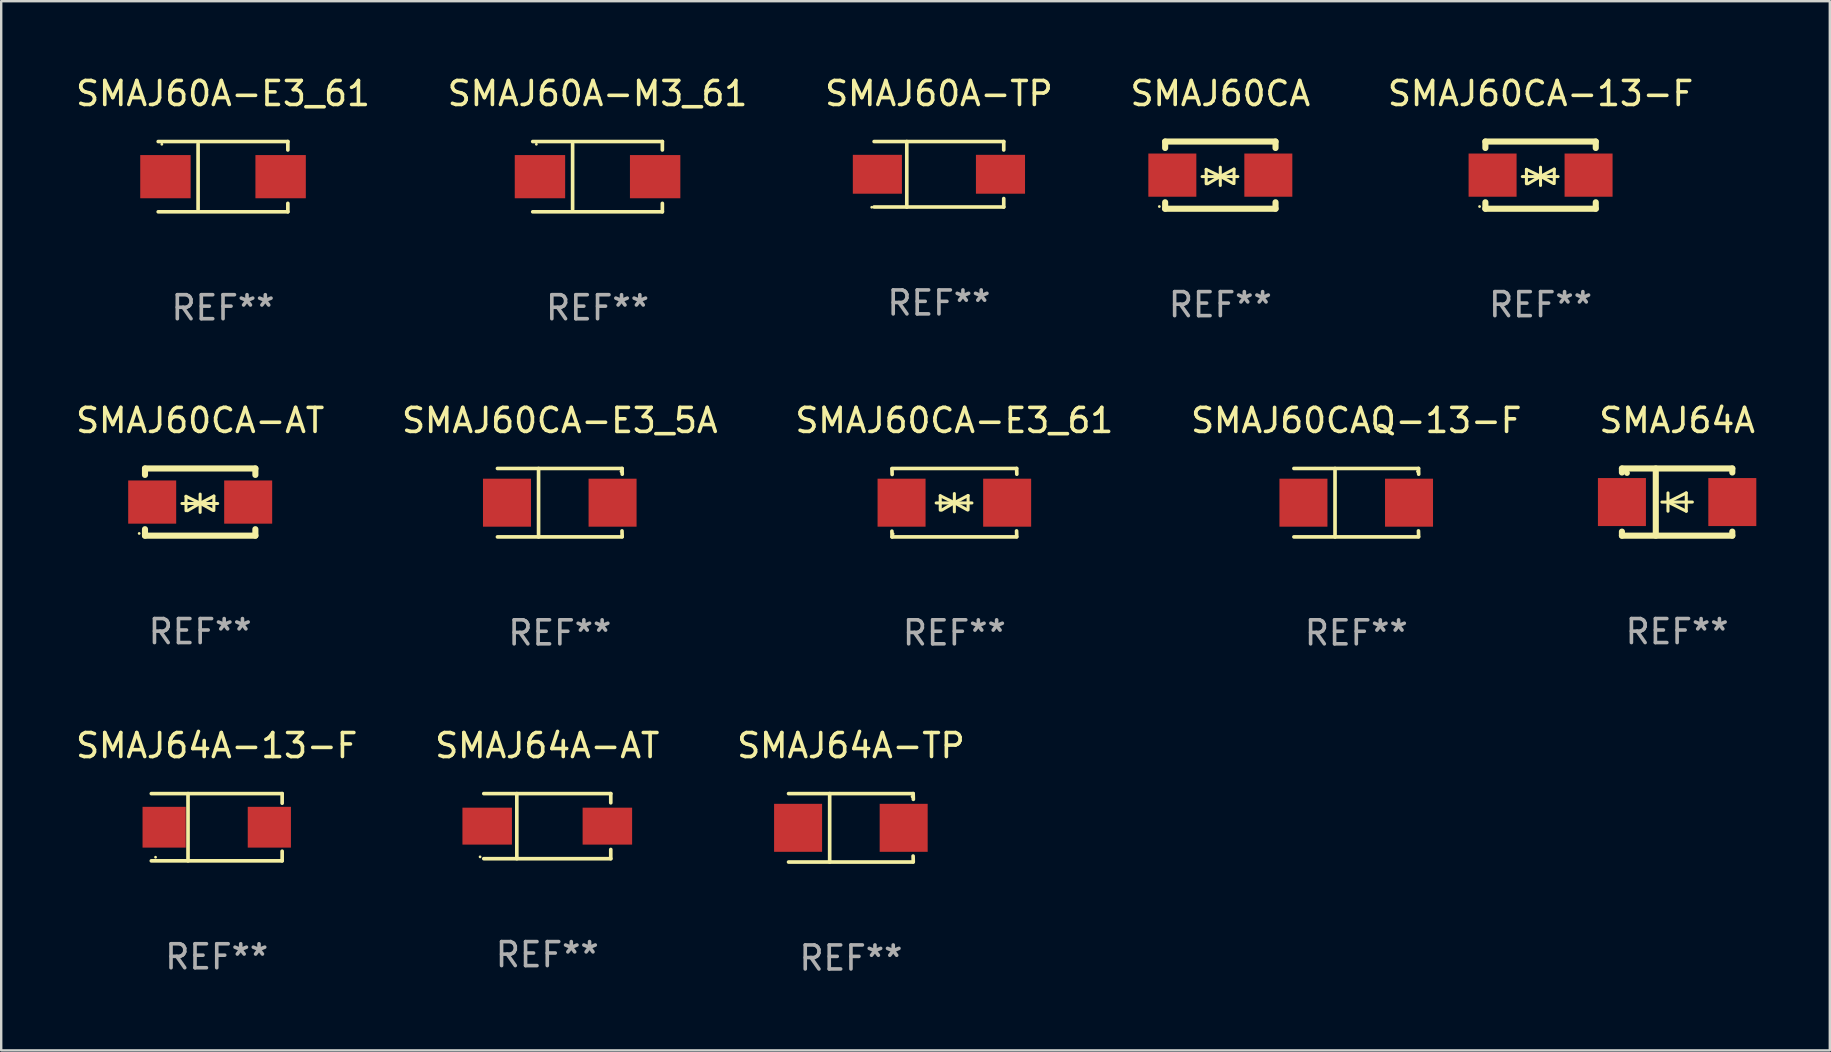
<source format=kicad_pcb>
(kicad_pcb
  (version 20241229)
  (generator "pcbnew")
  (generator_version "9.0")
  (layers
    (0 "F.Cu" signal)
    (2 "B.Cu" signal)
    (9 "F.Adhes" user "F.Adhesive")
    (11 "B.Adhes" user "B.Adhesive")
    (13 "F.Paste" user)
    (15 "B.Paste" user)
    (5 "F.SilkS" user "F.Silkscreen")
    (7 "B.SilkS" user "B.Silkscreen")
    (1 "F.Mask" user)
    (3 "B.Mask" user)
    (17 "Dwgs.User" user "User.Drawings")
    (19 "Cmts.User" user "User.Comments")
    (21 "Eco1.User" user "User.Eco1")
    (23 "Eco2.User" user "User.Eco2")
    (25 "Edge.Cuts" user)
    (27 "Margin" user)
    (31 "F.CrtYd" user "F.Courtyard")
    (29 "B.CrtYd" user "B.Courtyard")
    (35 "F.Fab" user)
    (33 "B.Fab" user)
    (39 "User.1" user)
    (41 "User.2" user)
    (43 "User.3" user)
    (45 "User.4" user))
  (footprint "SMAJ60CA-E3_5A"
    (layer "F.Cu")
    (at 20.28 17.898)
    (property "Reference" "SMAJ60CA-E3_5A" (at 0 -3.426 0) (layer "F.SilkS") (effects (font (size 1 1) (thickness 0.15))))
    (attr through_hole)
    (fp_line (start -2.6 -1.426) (end 2.593 -1.426) (stroke (width 0.152) (type solid)) (layer "F.SilkS"))
    (fp_line (start -2.6 1.426) (end 2.593 1.426) (stroke (width 0.152) (type solid)) (layer "F.SilkS"))
    (fp_line (start -0.887 -1.426) (end -0.887 1.426) (stroke (width 0.152) (type solid)) (layer "F.SilkS"))
    (fp_line (start 2.59 1.176) (end 2.597 1.415) (stroke (width 0.152) (type solid)) (layer "F.SilkS"))
    (fp_line (start 2.593 -1.426) (end 2.6 -1.187) (stroke (width 0.152) (type solid)) (layer "F.SilkS"))
    (fp_circle (center 2.547 -1.3) (end 2.577 -1.3) (stroke (width 0.06) (type solid)) (fill no) (layer "F.SilkS"))
    (fp_text user "REF**" (at 0 5.426 0) (layer "F.Fab") (effects (font (size 1 1) (thickness 0.15))))
    (pad "1" smd rect (at 2.197 -0.000025 180) (size 2 2) (layers "F.Cu" "F.Mask" "F.Paste"))
    (pad "2" smd rect (at -2.203 -0.000025 180) (size 2 2) (layers "F.Cu" "F.Mask" "F.Paste")))
  (footprint "SMAJ64A-13-F"
    (layer "F.Cu")
    (at 5.982 31.422)
    (property "Reference" "SMAJ64A-13-F" (at 0 -3.401 0) (layer "F.SilkS") (effects (font (size 1 1) (thickness 0.15))))
    (attr through_hole)
    (fp_line (start -2.726 -1.401) (end 2.726 -1.401) (stroke (width 0.152) (type solid)) (layer "F.SilkS"))
    (fp_line (start -2.726 1.401) (end 2.726 1.401) (stroke (width 0.152) (type solid)) (layer "F.SilkS"))
    (fp_line (start -1.197 -1.401) (end -1.197 1.401) (stroke (width 0.152) (type solid)) (layer "F.SilkS"))
    (fp_line (start 2.726 -1.401) (end 2.726 -1) (stroke (width 0.152) (type solid)) (layer "F.SilkS"))
    (fp_line (start 2.726 1.401) (end 2.726 1) (stroke (width 0.152) (type solid)) (layer "F.SilkS"))
    (fp_circle (center -2.55 1.25) (end -2.52 1.25) (stroke (width 0.06) (type solid)) (fill no) (layer "F.SilkS"))
    (fp_text user "REF**" (at 0 5.401 0) (layer "F.Fab") (effects (font (size 1 1) (thickness 0.15))))
    (pad "1" smd rect (at -2.192 0) (size 1.8 1.7) (layers "F.Cu" "F.Mask" "F.Paste"))
    (pad "2" smd rect (at 2.192 0) (size 1.8 1.7) (layers "F.Cu" "F.Mask" "F.Paste")))
  (footprint "SMAJ60CA-13-F"
    (layer "F.Cu")
    (at 61.149 4.248)
    (property "Reference" "SMAJ60CA-13-F" (at 0 -3.4 0) (layer "F.SilkS") (effects (font (size 1 1) (thickness 0.15))))
    (attr through_hole)
    (fp_line (start -2.3 -1.4) (end -2.3 -1.131) (stroke (width 0.254) (type solid)) (layer "F.SilkS"))
    (fp_line (start -2.3 -1.4) (end 2.3 -1.4) (stroke (width 0.254) (type solid)) (layer "F.SilkS"))
    (fp_line (start -2.3 1.131) (end -2.3 1.4) (stroke (width 0.254) (type solid)) (layer "F.SilkS"))
    (fp_line (start -2.3 1.4) (end 2.3 1.4) (stroke (width 0.254) (type solid)) (layer "F.SilkS"))
    (fp_line (start -0.76 0.06) (end 0.73 0.06) (stroke (width 0.127) (type solid)) (layer "F.SilkS"))
    (fp_line (start -0.59 -0.24) (end -0.59 0.36) (stroke (width 0.127) (type solid)) (layer "F.SilkS"))
    (fp_line (start -0.59 -0.24) (end -0.002 0.049) (stroke (width 0.127) (type solid)) (layer "F.SilkS"))
    (fp_line (start -0.53 0.36) (end -0.002 0.049) (stroke (width 0.127) (type solid)) (layer "F.SilkS"))
    (fp_line (start -0.002 0.049) (end -0.002 -0.332) (stroke (width 0.127) (type solid)) (layer "F.SilkS"))
    (fp_line (start -0.002 0.049) (end -0.002 0.43) (stroke (width 0.127) (type solid)) (layer "F.SilkS"))
    (fp_line (start 0.54 0.35) (end -0.002 0.049) (stroke (width 0.127) (type solid)) (layer "F.SilkS"))
    (fp_line (start 0.57 -0.25) (end -0.002 0.049) (stroke (width 0.127) (type solid)) (layer "F.SilkS"))
    (fp_line (start 0.57 -0.25) (end 0.57 0.35) (stroke (width 0.127) (type solid)) (layer "F.SilkS"))
    (fp_line (start 2.3 -1.4) (end 2.3 -1.131) (stroke (width 0.254) (type solid)) (layer "F.SilkS"))
    (fp_line (start 2.3 1.131) (end 2.3 1.4) (stroke (width 0.254) (type solid)) (layer "F.SilkS"))
    (fp_circle (center -2.542 1.308) (end -2.512 1.308) (stroke (width 0.06) (type solid)) (fill no) (layer "F.SilkS"))
    (fp_text user "REF**" (at 0 5.4 0) (layer "F.Fab") (effects (font (size 1 1) (thickness 0.15))))
    (pad "1" smd rect (at -2 0) (size 2 1.8) (layers "F.Cu" "F.Mask" "F.Paste"))
    (pad "2" smd rect (at 2 0) (size 2 1.8) (layers "F.Cu" "F.Mask" "F.Paste")))
  (footprint "SMAJ60A-E3_61"
    (layer "F.Cu")
    (at 6.244 4.312)
    (property "Reference" "SMAJ60A-E3_61" (at 0 -3.464 0) (layer "F.SilkS") (effects (font (size 1 1) (thickness 0.15))))
    (attr through_hole)
    (fp_line (start -2.701 -1.464) (end 2.701 -1.464) (stroke (width 0.152) (type solid)) (layer "F.SilkS"))
    (fp_line (start -2.701 1.464) (end 2.701 1.464) (stroke (width 0.152) (type solid)) (layer "F.SilkS"))
    (fp_line (start -1.039 -1.364) (end -1.039 1.364) (stroke (width 0.152) (type solid)) (layer "F.SilkS"))
    (fp_line (start 2.701 -1.464) (end 2.701 -1.113) (stroke (width 0.152) (type solid)) (layer "F.SilkS"))
    (fp_line (start 2.701 1.464) (end 2.701 1.113) (stroke (width 0.152) (type solid)) (layer "F.SilkS"))
    (fp_circle (center -2.55 -1.35) (end -2.52 -1.35) (stroke (width 0.06) (type solid)) (fill no) (layer "F.SilkS"))
    (fp_text user "REF**" (at 0 5.464 0) (layer "F.Fab") (effects (font (size 1 1) (thickness 0.15))))
    (pad "1" smd rect (at -2.4 0) (size 2.1 1.8) (layers "F.Cu" "F.Mask" "F.Paste"))
    (pad "2" smd rect (at 2.4 0) (size 2.1 1.8) (layers "F.Cu" "F.Mask" "F.Paste")))
  (footprint "SMAJ64A"
    (layer "F.Cu")
    (at 66.839 17.872)
    (property "Reference" "SMAJ64A" (at 0 -3.4 0) (layer "F.SilkS") (effects (font (size 1 1) (thickness 0.15))))
    (attr through_hole)
    (fp_line (start -2.3 -1.4) (end -2.3 -1.231) (stroke (width 0.254) (type solid)) (layer "F.SilkS"))
    (fp_line (start -2.3 -1.4) (end 2.3 -1.4) (stroke (width 0.254) (type solid)) (layer "F.SilkS"))
    (fp_line (start -2.3 1.231) (end -2.3 1.4) (stroke (width 0.254) (type solid)) (layer "F.SilkS"))
    (fp_line (start -2.3 1.4) (end 2.3 1.4) (stroke (width 0.254) (type solid)) (layer "F.SilkS"))
    (fp_line (start -0.889 1.4) (end -0.889 -1.4) (stroke (width 0.254) (type solid)) (layer "F.SilkS"))
    (fp_line (start -0.381 0) (end -0.381 -0.381) (stroke (width 0.127) (type solid)) (layer "F.SilkS"))
    (fp_line (start -0.381 0) (end -0.381 0.381) (stroke (width 0.127) (type solid)) (layer "F.SilkS"))
    (fp_line (start 0.381 -0.381) (end -0.381 0) (stroke (width 0.127) (type solid)) (layer "F.SilkS"))
    (fp_line (start 0.381 0) (end 0.381 -0.381) (stroke (width 0.127) (type solid)) (layer "F.SilkS"))
    (fp_line (start 0.381 0) (end 0.381 0.381) (stroke (width 0.127) (type solid)) (layer "F.SilkS"))
    (fp_line (start 0.381 0.381) (end -0.381 0) (stroke (width 0.127) (type solid)) (layer "F.SilkS"))
    (fp_line (start 0.635 0) (end -0.635 0) (stroke (width 0.127) (type solid)) (layer "F.SilkS"))
    (fp_line (start 2.3 -1.4) (end 2.3 -1.231) (stroke (width 0.254) (type solid)) (layer "F.SilkS"))
    (fp_line (start 2.3 1.231) (end 2.3 1.4) (stroke (width 0.254) (type solid)) (layer "F.SilkS"))
    (fp_circle (center -2.088 -1.208) (end -2.028 -1.208) (stroke (width 0.12) (type solid)) (fill no) (layer "F.SilkS"))
    (fp_text user "REF**" (at 0 5.4 0) (layer "F.Fab") (effects (font (size 1 1) (thickness 0.15))))
    (pad "1" smd rect (at -2.3 0 180) (size 2 2) (layers "F.Cu" "F.Mask" "F.Paste"))
    (pad "2" smd rect (at 2.3 0 180) (size 2 2) (layers "F.Cu" "F.Mask" "F.Paste")))
  (footprint "SMAJ60A-TP"
    (layer "F.Cu")
    (at 36.077 4.212)
    (property "Reference" "SMAJ60A-TP" (at 0 -3.364 0) (layer "F.SilkS") (effects (font (size 1 1) (thickness 0.15))))
    (attr through_hole)
    (fp_line (start -2.701 -1.364) (end 2.701 -1.364) (stroke (width 0.152) (type solid)) (layer "F.SilkS"))
    (fp_line (start -2.701 1.364) (end 2.701 1.364) (stroke (width 0.152) (type solid)) (layer "F.SilkS"))
    (fp_line (start -1.339 -1.364) (end -1.339 1.364) (stroke (width 0.152) (type solid)) (layer "F.SilkS"))
    (fp_line (start 2.701 -1.364) (end 2.701 -1.013) (stroke (width 0.152) (type solid)) (layer "F.SilkS"))
    (fp_line (start 2.701 1.364) (end 2.701 1.013) (stroke (width 0.152) (type solid)) (layer "F.SilkS"))
    (fp_circle (center -2.8 1.375) (end -2.77 1.375) (stroke (width 0.06) (type solid)) (fill no) (layer "F.SilkS"))
    (fp_text user "REF**" (at 0 5.364 0) (layer "F.Fab") (effects (font (size 1 1) (thickness 0.15))))
    (pad "1" smd rect (at -2.565 -0.000025) (size 2.046 1.62) (layers "F.Cu" "F.Mask" "F.Paste"))
    (pad "2" smd rect (at 2.565 -0.000025) (size 2.046 1.62) (layers "F.Cu" "F.Mask" "F.Paste")))
  (footprint "SMAJ60CA"
    (layer "F.Cu")
    (at 47.804 4.248)
    (property "Reference" "SMAJ60CA" (at 0 -3.4 0) (layer "F.SilkS") (effects (font (size 1 1) (thickness 0.15))))
    (attr through_hole)
    (fp_line (start -2.3 -1.4) (end -2.3 -1.131) (stroke (width 0.254) (type solid)) (layer "F.SilkS"))
    (fp_line (start -2.3 -1.4) (end 2.3 -1.4) (stroke (width 0.254) (type solid)) (layer "F.SilkS"))
    (fp_line (start -2.3 1.131) (end -2.3 1.4) (stroke (width 0.254) (type solid)) (layer "F.SilkS"))
    (fp_line (start -2.3 1.4) (end 2.3 1.4) (stroke (width 0.254) (type solid)) (layer "F.SilkS"))
    (fp_line (start -0.76 0.06) (end 0.73 0.06) (stroke (width 0.127) (type solid)) (layer "F.SilkS"))
    (fp_line (start -0.59 -0.24) (end -0.59 0.36) (stroke (width 0.127) (type solid)) (layer "F.SilkS"))
    (fp_line (start -0.59 -0.24) (end -0.002 0.049) (stroke (width 0.127) (type solid)) (layer "F.SilkS"))
    (fp_line (start -0.53 0.36) (end -0.002 0.049) (stroke (width 0.127) (type solid)) (layer "F.SilkS"))
    (fp_line (start -0.002 0.049) (end -0.002 -0.332) (stroke (width 0.127) (type solid)) (layer "F.SilkS"))
    (fp_line (start -0.002 0.049) (end -0.002 0.43) (stroke (width 0.127) (type solid)) (layer "F.SilkS"))
    (fp_line (start 0.54 0.35) (end -0.002 0.049) (stroke (width 0.127) (type solid)) (layer "F.SilkS"))
    (fp_line (start 0.57 -0.25) (end -0.002 0.049) (stroke (width 0.127) (type solid)) (layer "F.SilkS"))
    (fp_line (start 0.57 -0.25) (end 0.57 0.35) (stroke (width 0.127) (type solid)) (layer "F.SilkS"))
    (fp_line (start 2.3 -1.4) (end 2.3 -1.131) (stroke (width 0.254) (type solid)) (layer "F.SilkS"))
    (fp_line (start 2.3 1.131) (end 2.3 1.4) (stroke (width 0.254) (type solid)) (layer "F.SilkS"))
    (fp_circle (center -2.542 1.308) (end -2.512 1.308) (stroke (width 0.06) (type solid)) (fill no) (layer "F.SilkS"))
    (fp_text user "REF**" (at 0 5.4 0) (layer "F.Fab") (effects (font (size 1 1) (thickness 0.15))))
    (pad "1" smd rect (at -2 0) (size 2 1.8) (layers "F.Cu" "F.Mask" "F.Paste"))
    (pad "2" smd rect (at 2 0) (size 2 1.8) (layers "F.Cu" "F.Mask" "F.Paste")))
  (footprint "SMAJ60CA-E3_61"
    (layer "F.Cu")
    (at 36.72 17.898)
    (property "Reference" "SMAJ60CA-E3_61" (at 0 -3.426 0) (layer "F.SilkS") (effects (font (size 1 1) (thickness 0.15))))
    (attr through_hole)
    (fp_line (start -2.596 -1.426) (end 2.596 -1.426) (stroke (width 0.152) (type solid)) (layer "F.SilkS"))
    (fp_line (start -2.596 1.426) (end -2.603 1.187) (stroke (width 0.152) (type solid)) (layer "F.SilkS"))
    (fp_line (start -2.596 1.426) (end 2.596 1.426) (stroke (width 0.152) (type solid)) (layer "F.SilkS"))
    (fp_line (start -2.593 -1.176) (end -2.6 -1.415) (stroke (width 0.152) (type solid)) (layer "F.SilkS"))
    (fp_line (start -0.758 0.011) (end 0.732 0.011) (stroke (width 0.127) (type solid)) (layer "F.SilkS"))
    (fp_line (start -0.588 -0.289) (end -0.588 0.311) (stroke (width 0.127) (type solid)) (layer "F.SilkS"))
    (fp_line (start -0.588 -0.289) (end 0 0) (stroke (width 0.127) (type solid)) (layer "F.SilkS"))
    (fp_line (start -0.528 0.311) (end 0 0) (stroke (width 0.127) (type solid)) (layer "F.SilkS"))
    (fp_line (start 0 0) (end 0 -0.381) (stroke (width 0.127) (type solid)) (layer "F.SilkS"))
    (fp_line (start 0 0) (end 0 0.381) (stroke (width 0.127) (type solid)) (layer "F.SilkS"))
    (fp_line (start 0.542 0.301) (end 0 0) (stroke (width 0.127) (type solid)) (layer "F.SilkS"))
    (fp_line (start 0.572 -0.299) (end 0 0) (stroke (width 0.127) (type solid)) (layer "F.SilkS"))
    (fp_line (start 0.572 -0.299) (end 0.572 0.301) (stroke (width 0.127) (type solid)) (layer "F.SilkS"))
    (fp_line (start 2.593 1.176) (end 2.6 1.415) (stroke (width 0.152) (type solid)) (layer "F.SilkS"))
    (fp_line (start 2.596 -1.426) (end 2.603 -1.187) (stroke (width 0.152) (type solid)) (layer "F.SilkS"))
    (fp_circle (center -2.55 1.3) (end -2.52 1.3) (stroke (width 0.06) (type solid)) (fill no) (layer "F.SilkS"))
    (fp_text user "REF**" (at 0 5.426 0) (layer "F.Fab") (effects (font (size 1 1) (thickness 0.15))))
    (pad "1" smd rect (at -2.2 0 180) (size 2 2) (layers "F.Cu" "F.Mask" "F.Paste"))
    (pad "2" smd rect (at 2.2 0 180) (size 2 2) (layers "F.Cu" "F.Mask" "F.Paste")))
  (footprint "SMAJ60CA-AT"
    (layer "F.Cu")
    (at 5.292 17.872)
    (property "Reference" "SMAJ60CA-AT" (at 0 -3.4 0) (layer "F.SilkS") (effects (font (size 1 1) (thickness 0.15))))
    (attr through_hole)
    (fp_line (start -2.3 -1.4) (end -2.3 -1.131) (stroke (width 0.254) (type solid)) (layer "F.SilkS"))
    (fp_line (start -2.3 -1.4) (end 2.3 -1.4) (stroke (width 0.254) (type solid)) (layer "F.SilkS"))
    (fp_line (start -2.3 1.131) (end -2.3 1.4) (stroke (width 0.254) (type solid)) (layer "F.SilkS"))
    (fp_line (start -2.3 1.4) (end 2.3 1.4) (stroke (width 0.254) (type solid)) (layer "F.SilkS"))
    (fp_line (start -0.76 0.06) (end 0.73 0.06) (stroke (width 0.127) (type solid)) (layer "F.SilkS"))
    (fp_line (start -0.59 -0.24) (end -0.59 0.36) (stroke (width 0.127) (type solid)) (layer "F.SilkS"))
    (fp_line (start -0.59 -0.24) (end -0.002 0.049) (stroke (width 0.127) (type solid)) (layer "F.SilkS"))
    (fp_line (start -0.53 0.36) (end -0.002 0.049) (stroke (width 0.127) (type solid)) (layer "F.SilkS"))
    (fp_line (start -0.002 0.049) (end -0.002 -0.332) (stroke (width 0.127) (type solid)) (layer "F.SilkS"))
    (fp_line (start -0.002 0.049) (end -0.002 0.43) (stroke (width 0.127) (type solid)) (layer "F.SilkS"))
    (fp_line (start 0.54 0.35) (end -0.002 0.049) (stroke (width 0.127) (type solid)) (layer "F.SilkS"))
    (fp_line (start 0.57 -0.25) (end -0.002 0.049) (stroke (width 0.127) (type solid)) (layer "F.SilkS"))
    (fp_line (start 0.57 -0.25) (end 0.57 0.35) (stroke (width 0.127) (type solid)) (layer "F.SilkS"))
    (fp_line (start 2.3 -1.4) (end 2.3 -1.131) (stroke (width 0.254) (type solid)) (layer "F.SilkS"))
    (fp_line (start 2.3 1.131) (end 2.3 1.4) (stroke (width 0.254) (type solid)) (layer "F.SilkS"))
    (fp_circle (center -2.542 1.308) (end -2.512 1.308) (stroke (width 0.06) (type solid)) (fill no) (layer "F.SilkS"))
    (fp_text user "REF**" (at 0 5.4 0) (layer "F.Fab") (effects (font (size 1 1) (thickness 0.15))))
    (pad "1" smd rect (at -2 0) (size 2 1.8) (layers "F.Cu" "F.Mask" "F.Paste"))
    (pad "2" smd rect (at 2 0) (size 2 1.8) (layers "F.Cu" "F.Mask" "F.Paste")))
  (footprint "SMAJ64A-TP"
    (layer "F.Cu")
    (at 32.411 31.447)
    (property "Reference" "SMAJ64A-TP" (at 0 -3.426 0) (layer "F.SilkS") (effects (font (size 1 1) (thickness 0.15))))
    (attr through_hole)
    (fp_line (start -2.6 -1.426) (end 2.593 -1.426) (stroke (width 0.152) (type solid)) (layer "F.SilkS"))
    (fp_line (start -2.6 1.426) (end 2.593 1.426) (stroke (width 0.152) (type solid)) (layer "F.SilkS"))
    (fp_line (start -0.887 -1.426) (end -0.887 1.426) (stroke (width 0.152) (type solid)) (layer "F.SilkS"))
    (fp_line (start 2.59 1.176) (end 2.597 1.415) (stroke (width 0.152) (type solid)) (layer "F.SilkS"))
    (fp_line (start 2.593 -1.426) (end 2.6 -1.187) (stroke (width 0.152) (type solid)) (layer "F.SilkS"))
    (fp_circle (center 2.547 -1.3) (end 2.577 -1.3) (stroke (width 0.06) (type solid)) (fill no) (layer "F.SilkS"))
    (fp_text user "REF**" (at 0 5.426 0) (layer "F.Fab") (effects (font (size 1 1) (thickness 0.15))))
    (pad "1" smd rect (at 2.197 -0.000025 180) (size 2 2) (layers "F.Cu" "F.Mask" "F.Paste"))
    (pad "2" smd rect (at -2.203 -0.000025 180) (size 2 2) (layers "F.Cu" "F.Mask" "F.Paste")))
  (footprint "SMAJ60CAQ-13-F"
    (layer "F.Cu")
    (at 53.47 17.898)
    (property "Reference" "SMAJ60CAQ-13-F" (at 0 -3.426 0) (layer "F.SilkS") (effects (font (size 1 1) (thickness 0.15))))
    (attr through_hole)
    (fp_line (start -2.6 -1.426) (end 2.593 -1.426) (stroke (width 0.152) (type solid)) (layer "F.SilkS"))
    (fp_line (start -2.6 1.426) (end 2.593 1.426) (stroke (width 0.152) (type solid)) (layer "F.SilkS"))
    (fp_line (start -0.887 -1.426) (end -0.887 1.426) (stroke (width 0.152) (type solid)) (layer "F.SilkS"))
    (fp_line (start 2.59 1.176) (end 2.597 1.415) (stroke (width 0.152) (type solid)) (layer "F.SilkS"))
    (fp_line (start 2.593 -1.426) (end 2.6 -1.187) (stroke (width 0.152) (type solid)) (layer "F.SilkS"))
    (fp_circle (center 2.547 -1.3) (end 2.577 -1.3) (stroke (width 0.06) (type solid)) (fill no) (layer "F.SilkS"))
    (fp_text user "REF**" (at 0 5.426 0) (layer "F.Fab") (effects (font (size 1 1) (thickness 0.15))))
    (pad "1" smd rect (at 2.197 -0.000025 180) (size 2 2) (layers "F.Cu" "F.Mask" "F.Paste"))
    (pad "2" smd rect (at -2.203 -0.000025 180) (size 2 2) (layers "F.Cu" "F.Mask" "F.Paste")))
  (footprint "SMAJ60A-M3_61"
    (layer "F.Cu")
    (at 21.851 4.312)
    (property "Reference" "SMAJ60A-M3_61" (at 0 -3.464 0) (layer "F.SilkS") (effects (font (size 1 1) (thickness 0.15))))
    (attr through_hole)
    (fp_line (start -2.701 -1.464) (end 2.701 -1.464) (stroke (width 0.152) (type solid)) (layer "F.SilkS"))
    (fp_line (start -2.701 1.464) (end 2.701 1.464) (stroke (width 0.152) (type solid)) (layer "F.SilkS"))
    (fp_line (start -1.039 -1.364) (end -1.039 1.364) (stroke (width 0.152) (type solid)) (layer "F.SilkS"))
    (fp_line (start 2.701 -1.464) (end 2.701 -1.113) (stroke (width 0.152) (type solid)) (layer "F.SilkS"))
    (fp_line (start 2.701 1.464) (end 2.701 1.113) (stroke (width 0.152) (type solid)) (layer "F.SilkS"))
    (fp_circle (center -2.55 -1.35) (end -2.52 -1.35) (stroke (width 0.06) (type solid)) (fill no) (layer "F.SilkS"))
    (fp_text user "REF**" (at 0 5.464 0) (layer "F.Fab") (effects (font (size 1 1) (thickness 0.15))))
    (pad "1" smd rect (at -2.4 0) (size 2.1 1.8) (layers "F.Cu" "F.Mask" "F.Paste"))
    (pad "2" smd rect (at 2.4 0) (size 2.1 1.8) (layers "F.Cu" "F.Mask" "F.Paste")))
  (footprint "SMAJ64A-AT"
    (layer "F.Cu")
    (at 19.756 31.377)
    (property "Reference" "SMAJ64A-AT" (at 0 -3.356 0) (layer "F.SilkS") (effects (font (size 1 1) (thickness 0.15))))
    (attr through_hole)
    (fp_line (start -2.646 -1.356) (end 2.646 -1.356) (stroke (width 0.152) (type solid)) (layer "F.SilkS"))
    (fp_line (start -2.646 1.356) (end 2.646 1.356) (stroke (width 0.152) (type solid)) (layer "F.SilkS"))
    (fp_line (start -1.269 -1.356) (end -1.269 1.356) (stroke (width 0.152) (type solid)) (layer "F.SilkS"))
    (fp_line (start 2.646 -1.356) (end 2.646 -0.973) (stroke (width 0.152) (type solid)) (layer "F.SilkS"))
    (fp_line (start 2.646 1.356) (end 2.646 0.973) (stroke (width 0.152) (type solid)) (layer "F.SilkS"))
    (fp_circle (center -2.8 1.28) (end -2.77 1.28) (stroke (width 0.06) (type solid)) (fill no) (layer "F.SilkS"))
    (fp_text user "REF**" (at 0 5.356 0) (layer "F.Fab") (effects (font (size 1 1) (thickness 0.15))))
    (pad "1" smd rect (at 2.504 0) (size 2.063 1.539) (layers "F.Cu" "F.Mask" "F.Paste"))
    (pad "2" smd rect (at -2.504 0) (size 2.063 1.539) (layers "F.Cu" "F.Mask" "F.Paste")))
  (gr_rect
    (start -3 -3)
    (end 73.202 40.722)
    (stroke (width 0.1) (type default))
    (fill no)
    (layer "Edge.Cuts")))
</source>
